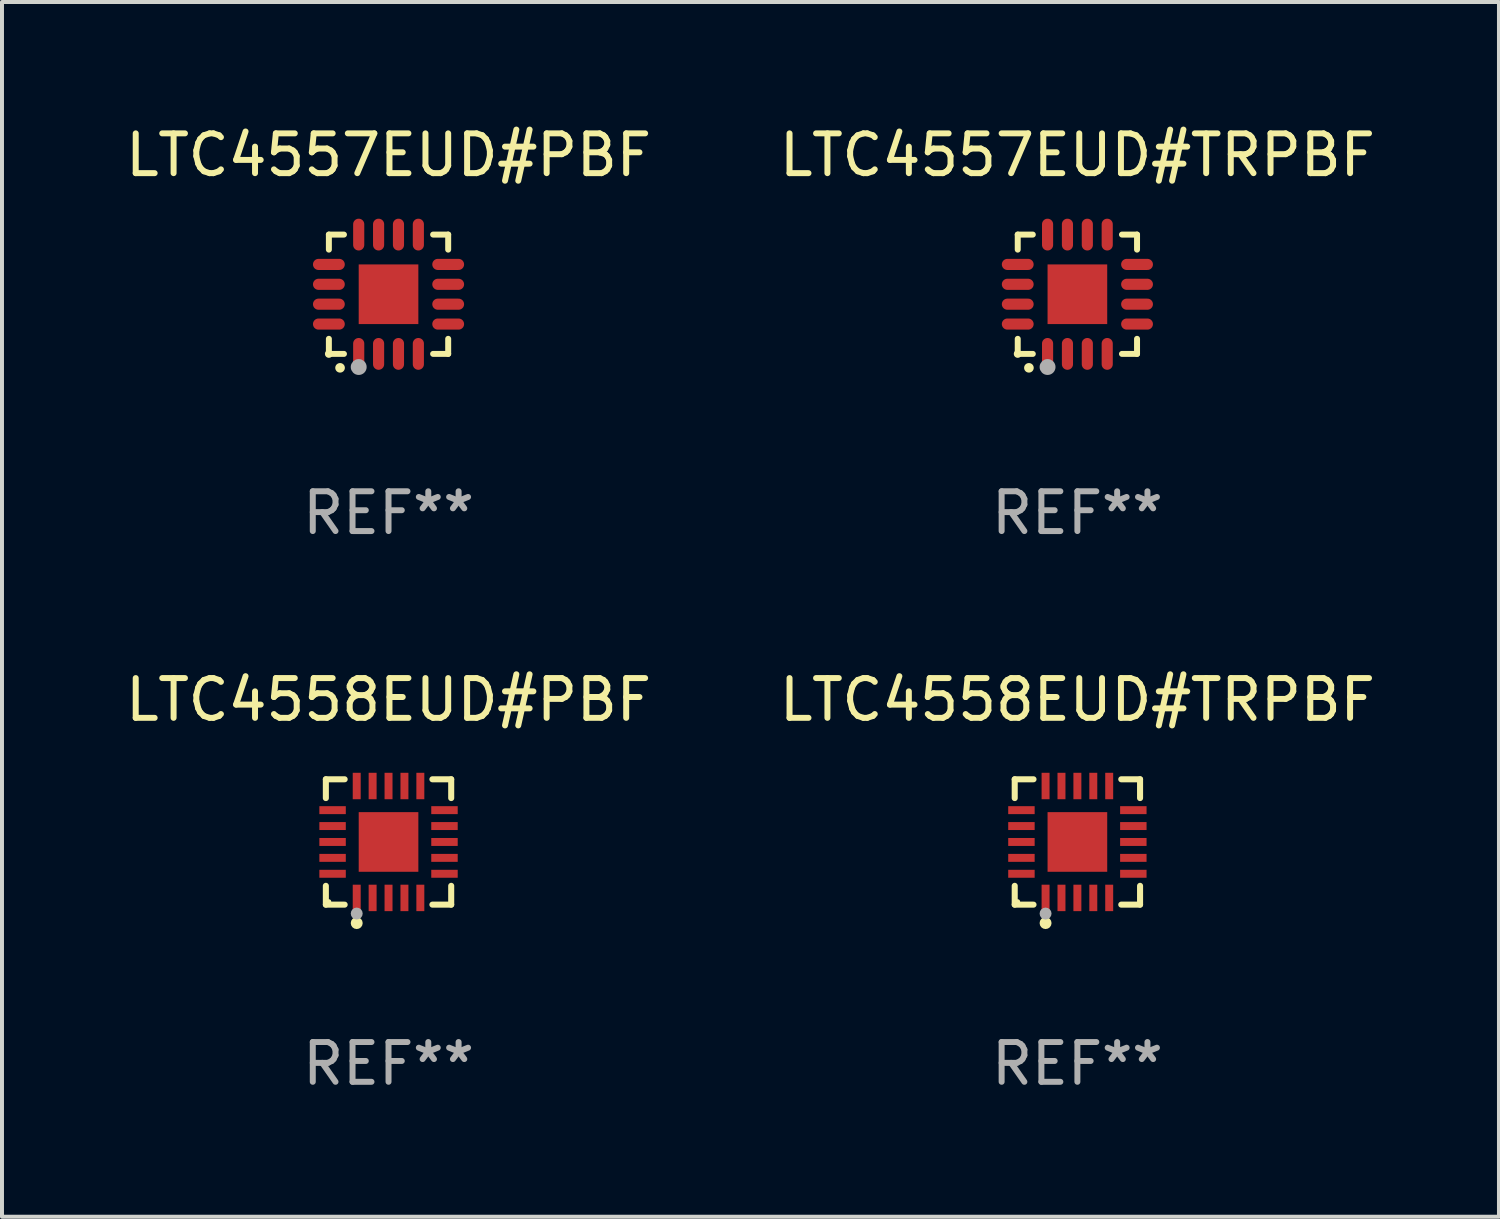
<source format=kicad_pcb>
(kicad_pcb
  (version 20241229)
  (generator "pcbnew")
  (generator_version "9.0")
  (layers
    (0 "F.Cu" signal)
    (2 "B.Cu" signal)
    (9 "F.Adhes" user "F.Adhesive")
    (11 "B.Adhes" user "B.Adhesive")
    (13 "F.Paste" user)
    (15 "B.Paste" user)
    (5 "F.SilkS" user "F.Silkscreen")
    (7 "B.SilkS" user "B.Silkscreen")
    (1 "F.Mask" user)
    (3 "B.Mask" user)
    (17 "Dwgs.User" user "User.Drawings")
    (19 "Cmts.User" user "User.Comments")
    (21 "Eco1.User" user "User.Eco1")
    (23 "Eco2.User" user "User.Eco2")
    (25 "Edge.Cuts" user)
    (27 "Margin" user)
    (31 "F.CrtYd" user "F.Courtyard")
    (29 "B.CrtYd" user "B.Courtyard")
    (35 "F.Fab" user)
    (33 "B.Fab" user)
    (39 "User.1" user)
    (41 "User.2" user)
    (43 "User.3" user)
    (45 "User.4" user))
  (footprint "LTC4557EUD#TRPBF"
    (layer "F.Cu")
    (at 24.042 4.349)
    (property "Reference" "LTC4557EUD#TRPBF" (at 0 -3.5 0) (layer "F.SilkS") (effects (font (size 1 1) (thickness 0.15))))
    (attr through_hole)
    (fp_line (start -1.5 -1.5) (end -1.121 -1.5) (stroke (width 0.15) (type solid)) (layer "F.SilkS"))
    (fp_line (start -1.5 -1.122) (end -1.5 -1.5) (stroke (width 0.15) (type solid)) (layer "F.SilkS"))
    (fp_line (start -1.5 1.5) (end -1.5 1.121) (stroke (width 0.15) (type solid)) (layer "F.SilkS"))
    (fp_line (start -1.121 1.5) (end -1.5 1.5) (stroke (width 0.15) (type solid)) (layer "F.SilkS"))
    (fp_line (start 1.121 -1.5) (end 1.5 -1.5) (stroke (width 0.15) (type solid)) (layer "F.SilkS"))
    (fp_line (start 1.5 -1.5) (end 1.5 -1.122) (stroke (width 0.15) (type solid)) (layer "F.SilkS"))
    (fp_line (start 1.5 1.121) (end 1.5 1.5) (stroke (width 0.15) (type solid)) (layer "F.SilkS"))
    (fp_line (start 1.5 1.5) (end 1.121 1.5) (stroke (width 0.15) (type solid)) (layer "F.SilkS"))
    (fp_arc (start -1.219926 1.850254) (mid -1.21891 1.85025) (end -1.217894 1.850254) (stroke (width 0.240005) (type solid)) (layer "F.SilkS"))
    (fp_circle (center -1.5 1.5) (end -1.45 1.5) (stroke (width 0.1) (type solid)) (fill no) (layer "F.SilkS"))
    (fp_circle (center -0.75 1.83) (end -0.65 1.83) (stroke (width 0.2) (type solid)) (fill no) (layer "F.Fab"))
    (fp_text user "REF**" (at 0 5.5 0) (layer "F.Fab") (effects (font (size 1 1) (thickness 0.15))))
    (pad "1" smd oval (at -0.75 1.5) (size 0.28 0.8) (layers "F.Cu" "F.Mask" "F.Paste"))
    (pad "2" smd oval (at -0.25 1.5) (size 0.28 0.8) (layers "F.Cu" "F.Mask" "F.Paste"))
    (pad "3" smd oval (at 0.25 1.5) (size 0.28 0.8) (layers "F.Cu" "F.Mask" "F.Paste"))
    (pad "4" smd oval (at 0.75 1.5) (size 0.28 0.8) (layers "F.Cu" "F.Mask" "F.Paste"))
    (pad "5" smd oval (at 1.5 0.75) (size 0.8 0.28) (layers "F.Cu" "F.Mask" "F.Paste"))
    (pad "6" smd oval (at 1.5 0.25) (size 0.8 0.28) (layers "F.Cu" "F.Mask" "F.Paste"))
    (pad "7" smd oval (at 1.5 -0.25) (size 0.8 0.28) (layers "F.Cu" "F.Mask" "F.Paste"))
    (pad "8" smd oval (at 1.5 -0.75) (size 0.8 0.28) (layers "F.Cu" "F.Mask" "F.Paste"))
    (pad "9" smd oval (at 0.75 -1.5) (size 0.28 0.8) (layers "F.Cu" "F.Mask" "F.Paste"))
    (pad "10" smd oval (at 0.25 -1.5) (size 0.28 0.8) (layers "F.Cu" "F.Mask" "F.Paste"))
    (pad "11" smd oval (at -0.25 -1.5) (size 0.28 0.8) (layers "F.Cu" "F.Mask" "F.Paste"))
    (pad "12" smd oval (at -0.75 -1.5) (size 0.28 0.8) (layers "F.Cu" "F.Mask" "F.Paste"))
    (pad "13" smd oval (at -1.5 -0.75) (size 0.8 0.28) (layers "F.Cu" "F.Mask" "F.Paste"))
    (pad "14" smd oval (at -1.5 -0.25) (size 0.8 0.28) (layers "F.Cu" "F.Mask" "F.Paste"))
    (pad "15" smd oval (at -1.5 0.25) (size 0.8 0.28) (layers "F.Cu" "F.Mask" "F.Paste"))
    (pad "16" smd oval (at -1.5 0.75) (size 0.8 0.28) (layers "F.Cu" "F.Mask" "F.Paste"))
    (pad "17" smd rect (at -0.000064 0.000165) (size 1.5 1.5) (layers "F.Cu" "F.Mask" "F.Paste")))
  (footprint "LTC4558EUD#TRPBF"
    (layer "F.Cu")
    (at 24.042 18.122)
    (property "Reference" "LTC4558EUD#TRPBF" (at 0 -3.576 0) (layer "F.SilkS") (effects (font (size 1 1) (thickness 0.15))))
    (attr through_hole)
    (fp_line (start -1.576 -1.576) (end -1.103 -1.576) (stroke (width 0.152) (type solid)) (layer "F.SilkS"))
    (fp_line (start -1.576 -1.103) (end -1.576 -1.576) (stroke (width 0.152) (type solid)) (layer "F.SilkS"))
    (fp_line (start -1.576 1.103) (end -1.576 1.576) (stroke (width 0.152) (type solid)) (layer "F.SilkS"))
    (fp_line (start -1.576 1.576) (end -1.103 1.576) (stroke (width 0.152) (type solid)) (layer "F.SilkS"))
    (fp_line (start 1.576 -1.576) (end 1.103 -1.576) (stroke (width 0.152) (type solid)) (layer "F.SilkS"))
    (fp_line (start 1.576 -1.103) (end 1.576 -1.576) (stroke (width 0.152) (type solid)) (layer "F.SilkS"))
    (fp_line (start 1.576 1.103) (end 1.576 1.576) (stroke (width 0.152) (type solid)) (layer "F.SilkS"))
    (fp_line (start 1.576 1.576) (end 1.103 1.576) (stroke (width 0.152) (type solid)) (layer "F.SilkS"))
    (fp_circle (center -1.5 1.5) (end -1.47 1.5) (stroke (width 0.06) (type solid)) (fill no) (layer "F.SilkS"))
    (fp_circle (center -0.8 2.04) (end -0.725 2.04) (stroke (width 0.15) (type solid)) (fill no) (layer "F.SilkS"))
    (fp_circle (center -0.8 1.8) (end -0.725 1.8) (stroke (width 0.15) (type solid)) (fill no) (layer "F.Fab"))
    (fp_text user "REF**" (at 0 5.576 0) (layer "F.Fab") (effects (font (size 1 1) (thickness 0.15))))
    (pad "1" smd rect (at -0.8 1.407) (size 0.2 0.665) (layers "F.Cu" "F.Mask" "F.Paste"))
    (pad "2" smd rect (at -0.4 1.407) (size 0.2 0.665) (layers "F.Cu" "F.Mask" "F.Paste"))
    (pad "3" smd rect (at 0 1.407) (size 0.2 0.665) (layers "F.Cu" "F.Mask" "F.Paste"))
    (pad "4" smd rect (at 0.4 1.407) (size 0.2 0.665) (layers "F.Cu" "F.Mask" "F.Paste"))
    (pad "5" smd rect (at 0.8 1.407) (size 0.2 0.665) (layers "F.Cu" "F.Mask" "F.Paste"))
    (pad "6" smd rect (at 1.407 0.8) (size 0.665 0.2) (layers "F.Cu" "F.Mask" "F.Paste"))
    (pad "7" smd rect (at 1.407 0.4) (size 0.665 0.2) (layers "F.Cu" "F.Mask" "F.Paste"))
    (pad "8" smd rect (at 1.407 0) (size 0.665 0.2) (layers "F.Cu" "F.Mask" "F.Paste"))
    (pad "9" smd rect (at 1.407 -0.4) (size 0.665 0.2) (layers "F.Cu" "F.Mask" "F.Paste"))
    (pad "10" smd rect (at 1.407 -0.8) (size 0.665 0.2) (layers "F.Cu" "F.Mask" "F.Paste"))
    (pad "11" smd rect (at 0.8 -1.407) (size 0.2 0.665) (layers "F.Cu" "F.Mask" "F.Paste"))
    (pad "12" smd rect (at 0.4 -1.407) (size 0.2 0.665) (layers "F.Cu" "F.Mask" "F.Paste"))
    (pad "13" smd rect (at 0 -1.407) (size 0.2 0.665) (layers "F.Cu" "F.Mask" "F.Paste"))
    (pad "14" smd rect (at -0.4 -1.407) (size 0.2 0.665) (layers "F.Cu" "F.Mask" "F.Paste"))
    (pad "15" smd rect (at -0.8 -1.407) (size 0.2 0.665) (layers "F.Cu" "F.Mask" "F.Paste"))
    (pad "16" smd rect (at -1.407 -0.8) (size 0.665 0.2) (layers "F.Cu" "F.Mask" "F.Paste"))
    (pad "17" smd rect (at -1.407 -0.4) (size 0.665 0.2) (layers "F.Cu" "F.Mask" "F.Paste"))
    (pad "18" smd rect (at -1.407 0) (size 0.665 0.2) (layers "F.Cu" "F.Mask" "F.Paste"))
    (pad "19" smd rect (at -1.407 0.4) (size 0.665 0.2) (layers "F.Cu" "F.Mask" "F.Paste"))
    (pad "20" smd rect (at -1.407 0.8) (size 0.665 0.2) (layers "F.Cu" "F.Mask" "F.Paste"))
    (pad "21" smd rect (at 0 0) (size 1.5 1.5) (layers "F.Cu" "F.Mask" "F.Paste")))
  (footprint "LTC4557EUD#PBF"
    (layer "F.Cu")
    (at 6.72 4.349)
    (property "Reference" "LTC4557EUD#PBF" (at 0 -3.5 0) (layer "F.SilkS") (effects (font (size 1 1) (thickness 0.15))))
    (attr through_hole)
    (fp_line (start -1.5 -1.5) (end -1.121 -1.5) (stroke (width 0.15) (type solid)) (layer "F.SilkS"))
    (fp_line (start -1.5 -1.122) (end -1.5 -1.5) (stroke (width 0.15) (type solid)) (layer "F.SilkS"))
    (fp_line (start -1.5 1.5) (end -1.5 1.121) (stroke (width 0.15) (type solid)) (layer "F.SilkS"))
    (fp_line (start -1.121 1.5) (end -1.5 1.5) (stroke (width 0.15) (type solid)) (layer "F.SilkS"))
    (fp_line (start 1.121 -1.5) (end 1.5 -1.5) (stroke (width 0.15) (type solid)) (layer "F.SilkS"))
    (fp_line (start 1.5 -1.5) (end 1.5 -1.122) (stroke (width 0.15) (type solid)) (layer "F.SilkS"))
    (fp_line (start 1.5 1.121) (end 1.5 1.5) (stroke (width 0.15) (type solid)) (layer "F.SilkS"))
    (fp_line (start 1.5 1.5) (end 1.121 1.5) (stroke (width 0.15) (type solid)) (layer "F.SilkS"))
    (fp_arc (start -1.219926 1.850254) (mid -1.21891 1.85025) (end -1.217894 1.850254) (stroke (width 0.240005) (type solid)) (layer "F.SilkS"))
    (fp_circle (center -1.5 1.5) (end -1.45 1.5) (stroke (width 0.1) (type solid)) (fill no) (layer "F.SilkS"))
    (fp_circle (center -0.75 1.83) (end -0.65 1.83) (stroke (width 0.2) (type solid)) (fill no) (layer "F.Fab"))
    (fp_text user "REF**" (at 0 5.5 0) (layer "F.Fab") (effects (font (size 1 1) (thickness 0.15))))
    (pad "1" smd oval (at -0.75 1.5) (size 0.28 0.8) (layers "F.Cu" "F.Mask" "F.Paste"))
    (pad "2" smd oval (at -0.25 1.5) (size 0.28 0.8) (layers "F.Cu" "F.Mask" "F.Paste"))
    (pad "3" smd oval (at 0.25 1.5) (size 0.28 0.8) (layers "F.Cu" "F.Mask" "F.Paste"))
    (pad "4" smd oval (at 0.75 1.5) (size 0.28 0.8) (layers "F.Cu" "F.Mask" "F.Paste"))
    (pad "5" smd oval (at 1.5 0.75) (size 0.8 0.28) (layers "F.Cu" "F.Mask" "F.Paste"))
    (pad "6" smd oval (at 1.5 0.25) (size 0.8 0.28) (layers "F.Cu" "F.Mask" "F.Paste"))
    (pad "7" smd oval (at 1.5 -0.25) (size 0.8 0.28) (layers "F.Cu" "F.Mask" "F.Paste"))
    (pad "8" smd oval (at 1.5 -0.75) (size 0.8 0.28) (layers "F.Cu" "F.Mask" "F.Paste"))
    (pad "9" smd oval (at 0.75 -1.5) (size 0.28 0.8) (layers "F.Cu" "F.Mask" "F.Paste"))
    (pad "10" smd oval (at 0.25 -1.5) (size 0.28 0.8) (layers "F.Cu" "F.Mask" "F.Paste"))
    (pad "11" smd oval (at -0.25 -1.5) (size 0.28 0.8) (layers "F.Cu" "F.Mask" "F.Paste"))
    (pad "12" smd oval (at -0.75 -1.5) (size 0.28 0.8) (layers "F.Cu" "F.Mask" "F.Paste"))
    (pad "13" smd oval (at -1.5 -0.75) (size 0.8 0.28) (layers "F.Cu" "F.Mask" "F.Paste"))
    (pad "14" smd oval (at -1.5 -0.25) (size 0.8 0.28) (layers "F.Cu" "F.Mask" "F.Paste"))
    (pad "15" smd oval (at -1.5 0.25) (size 0.8 0.28) (layers "F.Cu" "F.Mask" "F.Paste"))
    (pad "16" smd oval (at -1.5 0.75) (size 0.8 0.28) (layers "F.Cu" "F.Mask" "F.Paste"))
    (pad "17" smd rect (at -0.000064 0.000165) (size 1.5 1.5) (layers "F.Cu" "F.Mask" "F.Paste")))
  (footprint "LTC4558EUD#PBF"
    (layer "F.Cu")
    (at 6.72 18.122)
    (property "Reference" "LTC4558EUD#PBF" (at 0 -3.576 0) (layer "F.SilkS") (effects (font (size 1 1) (thickness 0.15))))
    (attr through_hole)
    (fp_line (start -1.576 -1.576) (end -1.103 -1.576) (stroke (width 0.152) (type solid)) (layer "F.SilkS"))
    (fp_line (start -1.576 -1.103) (end -1.576 -1.576) (stroke (width 0.152) (type solid)) (layer "F.SilkS"))
    (fp_line (start -1.576 1.103) (end -1.576 1.576) (stroke (width 0.152) (type solid)) (layer "F.SilkS"))
    (fp_line (start -1.576 1.576) (end -1.103 1.576) (stroke (width 0.152) (type solid)) (layer "F.SilkS"))
    (fp_line (start 1.576 -1.576) (end 1.103 -1.576) (stroke (width 0.152) (type solid)) (layer "F.SilkS"))
    (fp_line (start 1.576 -1.103) (end 1.576 -1.576) (stroke (width 0.152) (type solid)) (layer "F.SilkS"))
    (fp_line (start 1.576 1.103) (end 1.576 1.576) (stroke (width 0.152) (type solid)) (layer "F.SilkS"))
    (fp_line (start 1.576 1.576) (end 1.103 1.576) (stroke (width 0.152) (type solid)) (layer "F.SilkS"))
    (fp_circle (center -1.5 1.5) (end -1.47 1.5) (stroke (width 0.06) (type solid)) (fill no) (layer "F.SilkS"))
    (fp_circle (center -0.8 2.04) (end -0.725 2.04) (stroke (width 0.15) (type solid)) (fill no) (layer "F.SilkS"))
    (fp_circle (center -0.8 1.8) (end -0.725 1.8) (stroke (width 0.15) (type solid)) (fill no) (layer "F.Fab"))
    (fp_text user "REF**" (at 0 5.576 0) (layer "F.Fab") (effects (font (size 1 1) (thickness 0.15))))
    (pad "1" smd rect (at -0.8 1.407) (size 0.2 0.665) (layers "F.Cu" "F.Mask" "F.Paste"))
    (pad "2" smd rect (at -0.4 1.407) (size 0.2 0.665) (layers "F.Cu" "F.Mask" "F.Paste"))
    (pad "3" smd rect (at 0 1.407) (size 0.2 0.665) (layers "F.Cu" "F.Mask" "F.Paste"))
    (pad "4" smd rect (at 0.4 1.407) (size 0.2 0.665) (layers "F.Cu" "F.Mask" "F.Paste"))
    (pad "5" smd rect (at 0.8 1.407) (size 0.2 0.665) (layers "F.Cu" "F.Mask" "F.Paste"))
    (pad "6" smd rect (at 1.407 0.8) (size 0.665 0.2) (layers "F.Cu" "F.Mask" "F.Paste"))
    (pad "7" smd rect (at 1.407 0.4) (size 0.665 0.2) (layers "F.Cu" "F.Mask" "F.Paste"))
    (pad "8" smd rect (at 1.407 0) (size 0.665 0.2) (layers "F.Cu" "F.Mask" "F.Paste"))
    (pad "9" smd rect (at 1.407 -0.4) (size 0.665 0.2) (layers "F.Cu" "F.Mask" "F.Paste"))
    (pad "10" smd rect (at 1.407 -0.8) (size 0.665 0.2) (layers "F.Cu" "F.Mask" "F.Paste"))
    (pad "11" smd rect (at 0.8 -1.407) (size 0.2 0.665) (layers "F.Cu" "F.Mask" "F.Paste"))
    (pad "12" smd rect (at 0.4 -1.407) (size 0.2 0.665) (layers "F.Cu" "F.Mask" "F.Paste"))
    (pad "13" smd rect (at 0 -1.407) (size 0.2 0.665) (layers "F.Cu" "F.Mask" "F.Paste"))
    (pad "14" smd rect (at -0.4 -1.407) (size 0.2 0.665) (layers "F.Cu" "F.Mask" "F.Paste"))
    (pad "15" smd rect (at -0.8 -1.407) (size 0.2 0.665) (layers "F.Cu" "F.Mask" "F.Paste"))
    (pad "16" smd rect (at -1.407 -0.8) (size 0.665 0.2) (layers "F.Cu" "F.Mask" "F.Paste"))
    (pad "17" smd rect (at -1.407 -0.4) (size 0.665 0.2) (layers "F.Cu" "F.Mask" "F.Paste"))
    (pad "18" smd rect (at -1.407 0) (size 0.665 0.2) (layers "F.Cu" "F.Mask" "F.Paste"))
    (pad "19" smd rect (at -1.407 0.4) (size 0.665 0.2) (layers "F.Cu" "F.Mask" "F.Paste"))
    (pad "20" smd rect (at -1.407 0.8) (size 0.665 0.2) (layers "F.Cu" "F.Mask" "F.Paste"))
    (pad "21" smd rect (at 0 0) (size 1.5 1.5) (layers "F.Cu" "F.Mask" "F.Paste")))
  (gr_rect
    (start -3 -3)
    (end 34.643 27.546)
    (stroke (width 0.1) (type default))
    (fill no)
    (layer "Edge.Cuts")))
</source>
